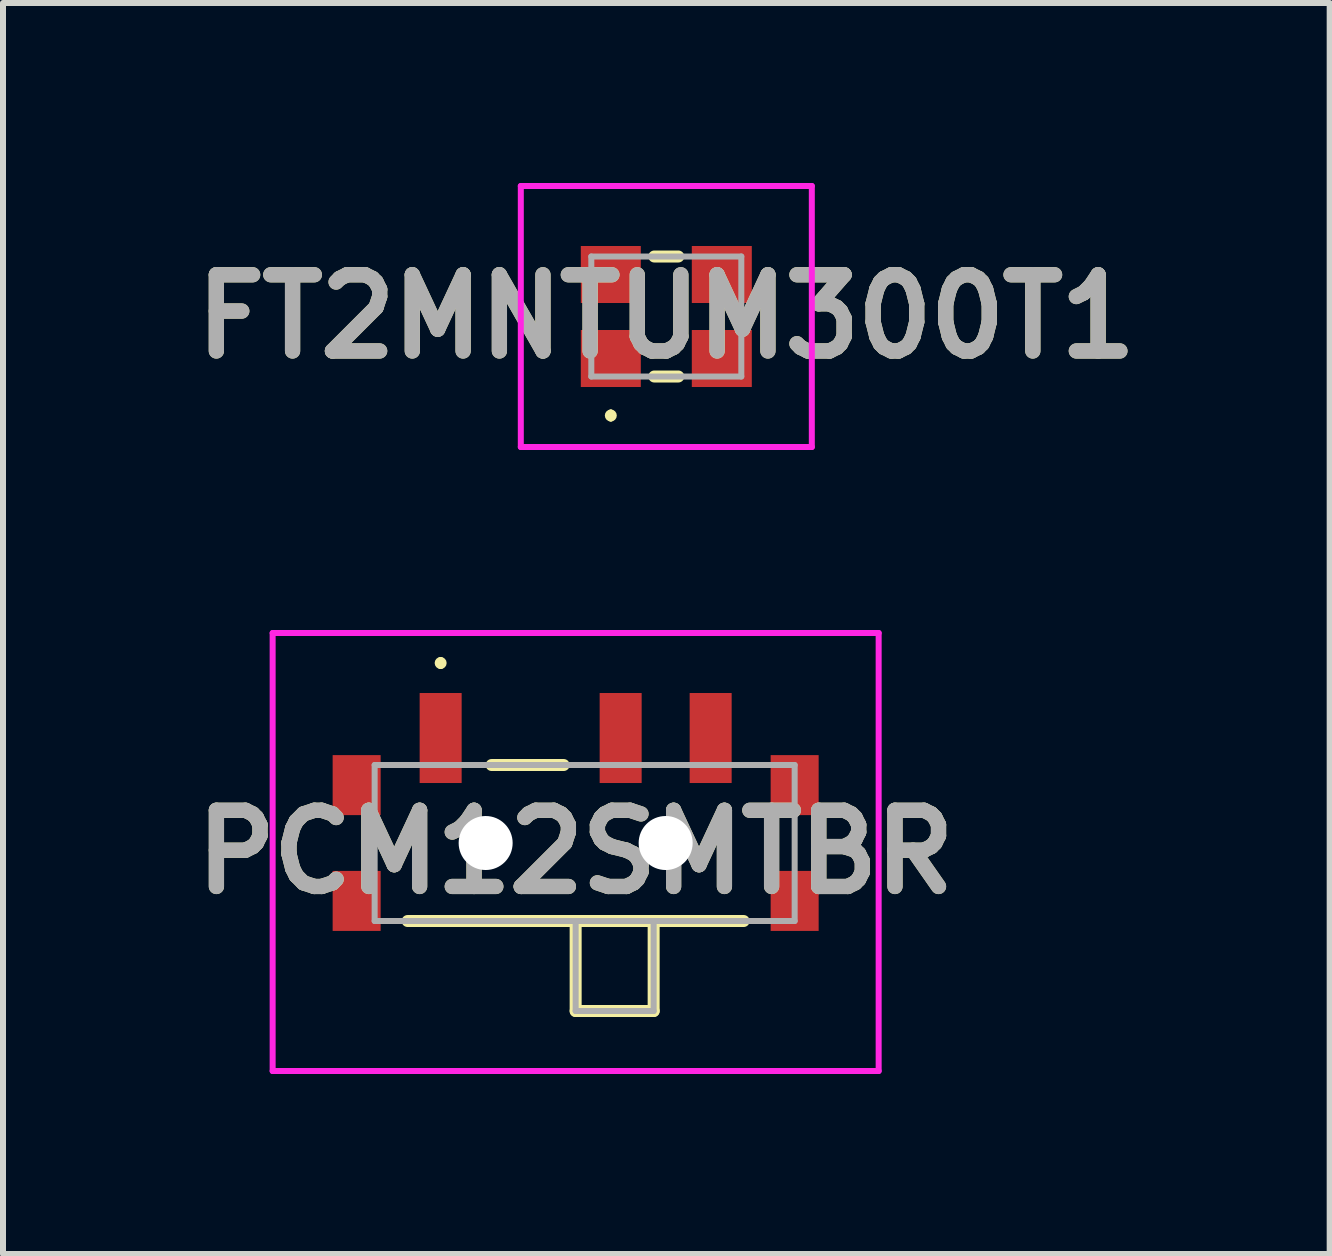
<source format=kicad_pcb>
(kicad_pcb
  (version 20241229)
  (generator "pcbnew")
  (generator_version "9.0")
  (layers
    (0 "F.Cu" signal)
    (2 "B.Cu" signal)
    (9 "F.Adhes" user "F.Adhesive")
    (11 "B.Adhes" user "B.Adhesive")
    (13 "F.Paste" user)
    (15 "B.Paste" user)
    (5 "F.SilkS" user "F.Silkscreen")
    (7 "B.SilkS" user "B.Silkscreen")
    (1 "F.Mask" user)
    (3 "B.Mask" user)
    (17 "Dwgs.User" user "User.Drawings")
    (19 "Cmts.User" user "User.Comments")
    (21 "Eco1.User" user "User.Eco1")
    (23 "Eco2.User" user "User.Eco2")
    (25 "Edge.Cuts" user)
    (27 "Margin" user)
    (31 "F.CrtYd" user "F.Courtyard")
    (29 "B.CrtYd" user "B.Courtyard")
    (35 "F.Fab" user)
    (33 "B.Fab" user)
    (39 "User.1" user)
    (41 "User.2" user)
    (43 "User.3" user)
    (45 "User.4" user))
  (footprint "FT2MNTUM300T1"
    (layer "F.Cu")
    (at 8.055 2.225)
    (property "Reference" "FT2MNTUM300T1" (at 0 0 0) (layer "F.SilkS") (effects (font (size 1.27 1.27) (thickness 0.254))))
    (attr smd)
    (fp_line (start -0.925 1.6) (end -0.925 1.6) (stroke (width 0.1) (type solid)) (layer "F.SilkS"))
    (fp_line (start -0.925 1.7) (end -0.925 1.7) (stroke (width 0.1) (type solid)) (layer "F.SilkS"))
    (fp_line (start -0.2 -1) (end 0.2 -1) (stroke (width 0.2) (type solid)) (layer "F.SilkS"))
    (fp_line (start -0.2 1) (end 0.2 1) (stroke (width 0.2) (type solid)) (layer "F.SilkS"))
    (fp_arc (start -0.925 1.6) (mid -0.875 1.65) (end -0.925 1.7) (stroke (width 0.1) (type solid)) (layer "F.SilkS"))
    (fp_arc (start -0.925 1.7) (mid -0.975 1.65) (end -0.925 1.6) (stroke (width 0.1) (type solid)) (layer "F.SilkS"))
    (fp_line (start -2.425 -2.175) (end 2.425 -2.175) (stroke (width 0.1) (type solid)) (layer "F.CrtYd"))
    (fp_line (start -2.425 2.175) (end -2.425 -2.175) (stroke (width 0.1) (type solid)) (layer "F.CrtYd"))
    (fp_line (start 2.425 -2.175) (end 2.425 2.175) (stroke (width 0.1) (type solid)) (layer "F.CrtYd"))
    (fp_line (start 2.425 2.175) (end -2.425 2.175) (stroke (width 0.1) (type solid)) (layer "F.CrtYd"))
    (fp_line (start -1.25 -1) (end -1.25 1) (stroke (width 0.1) (type solid)) (layer "F.Fab"))
    (fp_line (start -1.25 1) (end 1.25 1) (stroke (width 0.1) (type solid)) (layer "F.Fab"))
    (fp_line (start 1.25 -1) (end -1.25 -1) (stroke (width 0.1) (type solid)) (layer "F.Fab"))
    (fp_line (start 1.25 1) (end 1.25 -1) (stroke (width 0.1) (type solid)) (layer "F.Fab"))
    (fp_text user "${REFERENCE}" (at 0 0 0) (layer "F.Fab") (effects (font (size 1.27 1.27) (thickness 0.254))))
    (pad "1" smd rect (at -0.925 0.7 90) (size 0.95 1) (layers "F.Cu" "F.Mask" "F.Paste"))
    (pad "2" smd rect (at 0.925 0.7 90) (size 0.95 1) (layers "F.Cu" "F.Mask" "F.Paste"))
    (pad "3" smd rect (at 0.925 -0.7 90) (size 0.95 1) (layers "F.Cu" "F.Mask" "F.Paste"))
    (pad "4" smd rect (at -0.925 -0.7 90) (size 0.95 1) (layers "F.Cu" "F.Mask" "F.Paste")))
  (footprint "PCM12SMTBR"
    (layer "F.Cu")
    (at 6.544 11)
    (property "Reference" "PCM12SMTBR" (at 0 0.15 0) (layer "F.SilkS") (effects (font (size 1.27 1.27) (thickness 0.254))))
    (attr through_hole)
    (fp_line (start -2.25 -3.05) (end -2.25 -3.05) (stroke (width 0.1) (type solid)) (layer "F.SilkS"))
    (fp_line (start -2.25 -2.95) (end -2.25 -2.95) (stroke (width 0.1) (type solid)) (layer "F.SilkS"))
    (fp_line (start -0.2 -1.3) (end -1.4 -1.3) (stroke (width 0.2) (type solid)) (layer "F.SilkS"))
    (fp_line (start 0 2.8) (end 0 1.3) (stroke (width 0.2) (type solid)) (layer "F.SilkS"))
    (fp_line (start 1.3 1.3) (end 1.3 2.8) (stroke (width 0.2) (type solid)) (layer "F.SilkS"))
    (fp_line (start 1.3 2.8) (end 0 2.8) (stroke (width 0.2) (type solid)) (layer "F.SilkS"))
    (fp_line (start 2.8 1.3) (end -2.8 1.3) (stroke (width 0.2) (type solid)) (layer "F.SilkS"))
    (fp_arc (start -2.25 -3.05) (mid -2.2 -3) (end -2.25 -2.95) (stroke (width 0.1) (type solid)) (layer "F.SilkS"))
    (fp_arc (start -2.25 -2.95) (mid -2.3 -3) (end -2.25 -3.05) (stroke (width 0.1) (type solid)) (layer "F.SilkS"))
    (fp_line (start -5.05 -3.5) (end 5.05 -3.5) (stroke (width 0.1) (type solid)) (layer "F.CrtYd"))
    (fp_line (start -5.05 3.8) (end -5.05 -3.5) (stroke (width 0.1) (type solid)) (layer "F.CrtYd"))
    (fp_line (start 5.05 -3.5) (end 5.05 3.8) (stroke (width 0.1) (type solid)) (layer "F.CrtYd"))
    (fp_line (start 5.05 3.8) (end -5.05 3.8) (stroke (width 0.1) (type solid)) (layer "F.CrtYd"))
    (fp_line (start -3.35 -1.3) (end 3.65 -1.3) (stroke (width 0.1) (type solid)) (layer "F.Fab"))
    (fp_line (start -3.35 1.3) (end -3.35 -1.3) (stroke (width 0.1) (type solid)) (layer "F.Fab"))
    (fp_line (start 0 1.3) (end 0 2.8) (stroke (width 0.1) (type solid)) (layer "F.Fab"))
    (fp_line (start 0 2.8) (end 1.3 2.8) (stroke (width 0.1) (type solid)) (layer "F.Fab"))
    (fp_line (start 1.3 2.8) (end 1.3 1.3) (stroke (width 0.1) (type solid)) (layer "F.Fab"))
    (fp_line (start 3.65 -1.3) (end 3.65 1.3) (stroke (width 0.1) (type solid)) (layer "F.Fab"))
    (fp_line (start 3.65 1.3) (end -3.35 1.3) (stroke (width 0.1) (type solid)) (layer "F.Fab"))
    (fp_text user "${REFERENCE}" (at 0 0.15 0) (layer "F.Fab") (effects (font (size 1.27 1.27) (thickness 0.254))))
    (pad "" np_thru_hole circle (at -1.5 0) (size 0.9 0.9) (drill 0.9) (layers "*.Cu" "*.Mask"))
    (pad "" np_thru_hole circle (at 1.5 0) (size 0.9 0.9) (drill 0.9) (layers "*.Cu" "*.Mask"))
    (pad "1" smd rect (at -2.25 -1.75) (size 0.7 1.5) (layers "F.Cu" "F.Mask" "F.Paste"))
    (pad "2" smd rect (at 0.75 -1.75) (size 0.7 1.5) (layers "F.Cu" "F.Mask" "F.Paste"))
    (pad "3" smd rect (at 2.25 -1.75) (size 0.7 1.5) (layers "F.Cu" "F.Mask" "F.Paste"))
    (pad "MP1" smd rect (at -3.65 -0.965) (size 0.8 1) (layers "F.Cu" "F.Mask" "F.Paste"))
    (pad "MP2" smd rect (at 3.65 -0.965) (size 0.8 1) (layers "F.Cu" "F.Mask" "F.Paste"))
    (pad "MP3" smd rect (at -3.65 0.965) (size 0.8 1) (layers "F.Cu" "F.Mask" "F.Paste"))
    (pad "MP4" smd rect (at 3.65 0.965) (size 0.8 1) (layers "F.Cu" "F.Mask" "F.Paste")))
  (gr_rect
    (start -3 -3)
    (end 19.111 17.85)
    (stroke (width 0.1) (type default))
    (fill no)
    (layer "Edge.Cuts")))
</source>
